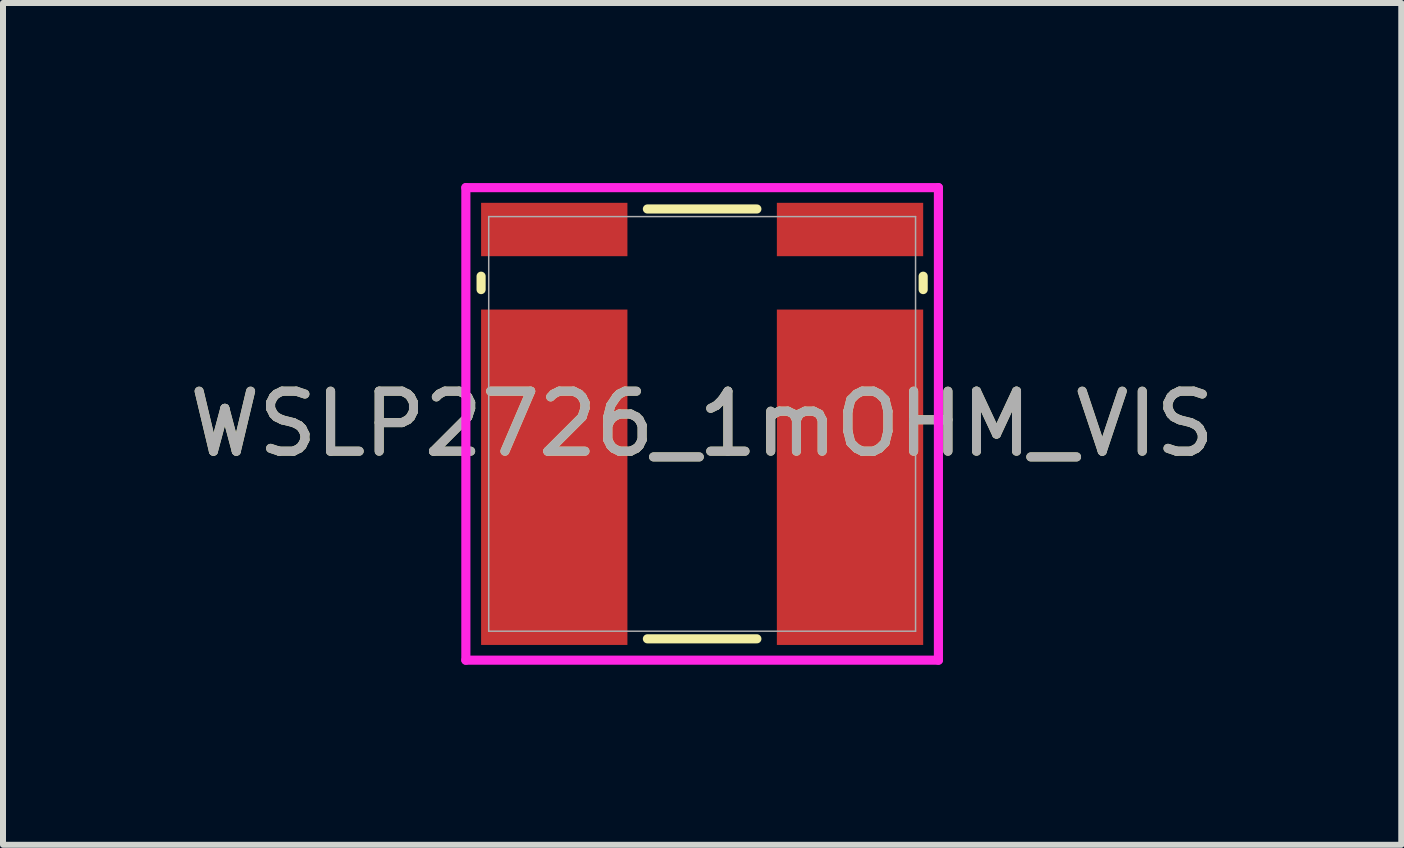
<source format=kicad_pcb>
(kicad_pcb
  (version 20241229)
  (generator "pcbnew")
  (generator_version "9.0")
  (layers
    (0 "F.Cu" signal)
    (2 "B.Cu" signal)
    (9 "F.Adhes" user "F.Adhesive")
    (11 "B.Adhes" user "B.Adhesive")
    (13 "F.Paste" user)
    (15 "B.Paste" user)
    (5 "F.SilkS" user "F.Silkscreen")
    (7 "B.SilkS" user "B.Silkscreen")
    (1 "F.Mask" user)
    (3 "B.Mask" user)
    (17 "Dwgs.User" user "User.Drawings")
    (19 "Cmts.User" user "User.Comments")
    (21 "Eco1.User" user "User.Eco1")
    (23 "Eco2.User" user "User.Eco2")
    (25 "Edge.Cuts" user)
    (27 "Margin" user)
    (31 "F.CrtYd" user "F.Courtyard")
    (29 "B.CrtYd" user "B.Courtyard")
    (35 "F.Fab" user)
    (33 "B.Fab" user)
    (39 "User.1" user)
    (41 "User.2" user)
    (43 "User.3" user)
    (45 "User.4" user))
  (footprint "WSLP2726_1mOHM_VIS"
    (layer "F.Cu")
    (at 8.649 4.013)
    (property "Reference" "WSLP2726_1mOHM_VIS" (at 0 0 0) (unlocked yes) (layer "F.SilkS") (effects (font (size 1 1) (thickness 0.15))))
    (attr smd)
    (fp_line (start -3.683 -2.461) (end -3.683 -2.238) (stroke (width 0.152) (type solid)) (layer "F.SilkS"))
    (fp_line (start -0.912 3.581) (end 0.912 3.581) (stroke (width 0.152) (type solid)) (layer "F.SilkS"))
    (fp_line (start 0.912 -3.581) (end -0.912 -3.581) (stroke (width 0.152) (type solid)) (layer "F.SilkS"))
    (fp_line (start 3.683 -2.238) (end 3.683 -2.461) (stroke (width 0.152) (type solid)) (layer "F.SilkS"))
    (fp_line (start -3.937 -3.937) (end 3.937 -3.937) (stroke (width 0.152) (type solid)) (layer "F.CrtYd"))
    (fp_line (start -3.937 3.937) (end -3.937 -3.937) (stroke (width 0.152) (type solid)) (layer "F.CrtYd"))
    (fp_line (start 3.937 -3.937) (end 3.937 3.937) (stroke (width 0.152) (type solid)) (layer "F.CrtYd"))
    (fp_line (start 3.937 3.937) (end -3.937 3.937) (stroke (width 0.152) (type solid)) (layer "F.CrtYd"))
    (fp_line (start -3.556 -3.454) (end -3.556 3.454) (stroke (width 0.025) (type solid)) (layer "F.Fab"))
    (fp_line (start -3.556 3.454) (end 3.556 3.454) (stroke (width 0.025) (type solid)) (layer "F.Fab"))
    (fp_line (start 3.556 -3.454) (end -3.556 -3.454) (stroke (width 0.025) (type solid)) (layer "F.Fab"))
    (fp_line (start 3.556 3.454) (end 3.556 -3.454) (stroke (width 0.025) (type solid)) (layer "F.Fab"))
    (fp_text user "${REFERENCE}" (at 0 0 0) (unlocked yes) (layer "F.Fab") (effects (font (size 1 1) (thickness 0.15))))
    (pad "1" smd rect (at -2.464 0.889) (size 2.438 5.588) (layers "F.Cu" "F.Mask" "F.Paste"))
    (pad "2" smd rect (at -2.464 -3.239) (size 2.438 0.889) (layers "F.Cu" "F.Mask" "F.Paste"))
    (pad "3" smd rect (at 2.464 -3.239) (size 2.438 0.889) (layers "F.Cu" "F.Mask" "F.Paste"))
    (pad "4" smd rect (at 2.464 0.889) (size 2.438 5.588) (layers "F.Cu" "F.Mask" "F.Paste"))
    (zone (net_name "") (layer "F.Cu") (hatch full 0.508) (connect_pads) (min_thickness 0.254) (filled_areas_thickness no) (keepout (tracks not_allowed) (vias not_allowed) (pads allowed) (copperpour not_allowed) (footprints allowed)) (placement (enabled no)) (fill) (polygon (pts (xy 7.455 0.61) (xy 9.843 0.61) (xy 9.843 7.417) (xy 7.455 7.417)))))
  (gr_rect
    (start -3 -3)
    (end 20.298 11.026)
    (stroke (width 0.1) (type default))
    (fill no)
    (layer "Edge.Cuts")))
</source>
